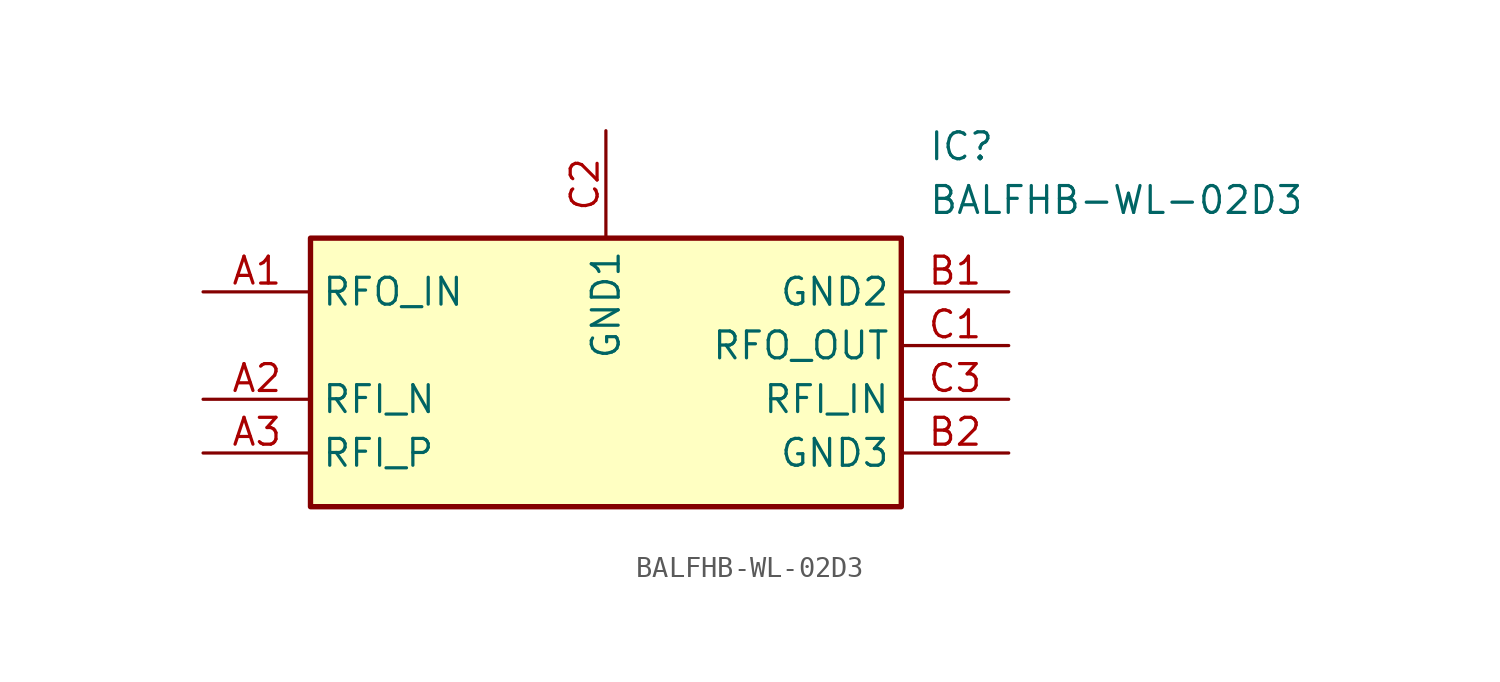
<source format=kicad_sym>
(kicad_symbol_lib
  (version 20241209)
  (generator "kicad_symbol_editor")
  (generator_version "9.0")
  (symbol "BALFHB-WL-02D3"
    (property "Reference" "IC"
      (at 34.29 7.62 0)
      (effects (font (size 1.27 1.27)) (justify left top)))
    (property "Value" "BALFHB-WL-02D3"
      (at 34.29 5.08 0)
      (effects (font (size 1.27 1.27)) (justify left top)))
    (symbol "BALFHB-WL-02D3_1_1"
      (rectangle (start 5.08 2.54) (end 33.02 -10.16) (stroke (width 0.254) (type default)) (fill (type background)))
      (pin passive line (at 0 0 0) (length 5.08) (name "RFO_IN" (effects (font (size 1.27 1.27)))) (number "A1" (effects (font (size 1.27 1.27)))))
      (pin passive line (at 0 -5.08 0) (length 5.08) (name "RFI_N" (effects (font (size 1.27 1.27)))) (number "A2" (effects (font (size 1.27 1.27)))))
      (pin passive line (at 0 -7.62 0) (length 5.08) (name "RFI_P" (effects (font (size 1.27 1.27)))) (number "A3" (effects (font (size 1.27 1.27)))))
      (pin passive line (at 19.05 7.62 270) (length 5.08) (name "GND1" (effects (font (size 1.27 1.27)))) (number "C2" (effects (font (size 1.27 1.27)))))
      (pin passive line (at 38.1 0 180) (length 5.08) (name "GND2" (effects (font (size 1.27 1.27)))) (number "B1" (effects (font (size 1.27 1.27)))))
      (pin passive line (at 38.1 -2.54 180) (length 5.08) (name "RFO_OUT" (effects (font (size 1.27 1.27)))) (number "C1" (effects (font (size 1.27 1.27)))))
      (pin passive line (at 38.1 -5.08 180) (length 5.08) (name "RFI_IN" (effects (font (size 1.27 1.27)))) (number "C3" (effects (font (size 1.27 1.27)))))
      (pin passive line (at 38.1 -7.62 180) (length 5.08) (name "GND3" (effects (font (size 1.27 1.27)))) (number "B2" (effects (font (size 1.27 1.27))))))))
</source>
